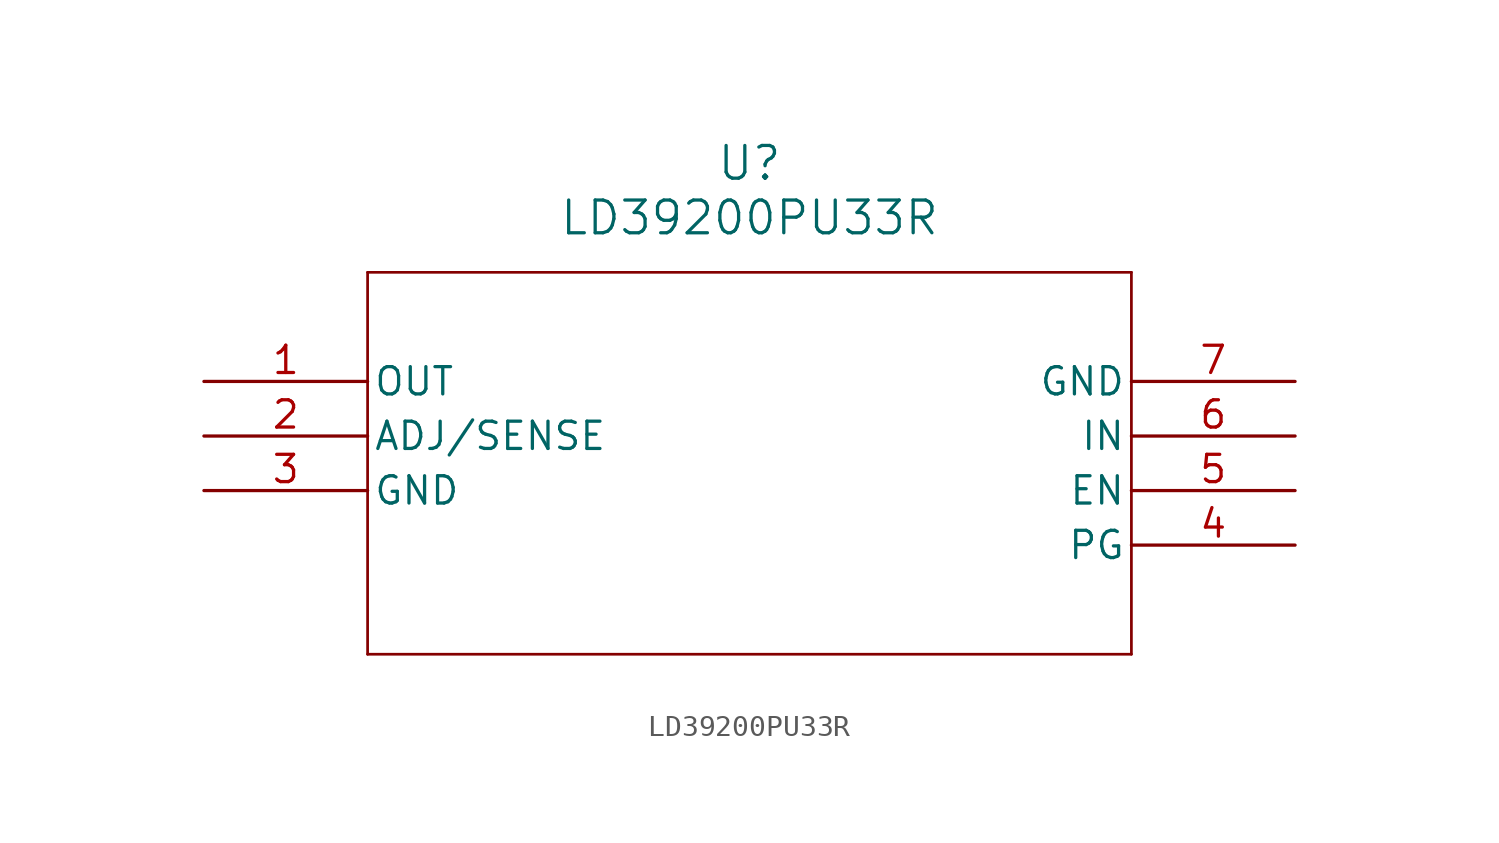
<source format=kicad_sym>
(kicad_symbol_lib
  (version 20211014)
  (generator kicad_symbol_editor)
  (symbol "LD39200PU33R"
    (pin_names
      (offset 0.254))
    (property "Reference" "U"
      (at 25.4 10.16 0)
      (effects (font (size 1.524 1.524))))
    (property "Value" "LD39200PU33R"
      (at 25.4 7.62 0)
      (effects (font (size 1.524 1.524))))
    (symbol "LD39200PU33R_0_1"
      (polyline (pts (xy 7.62 5.08) (xy 7.62 -12.7)) (stroke (width 0.127) (type default) (color 0 0 0 0)) (fill (type none)))
      (polyline (pts (xy 7.62 -12.7) (xy 43.18 -12.7)) (stroke (width 0.127) (type default) (color 0 0 0 0)) (fill (type none)))
      (polyline (pts (xy 43.18 -12.7) (xy 43.18 5.08)) (stroke (width 0.127) (type default) (color 0 0 0 0)) (fill (type none)))
      (polyline (pts (xy 43.18 5.08) (xy 7.62 5.08)) (stroke (width 0.127) (type default) (color 0 0 0 0)) (fill (type none)))
      (pin output line (at 0 0 0) (length 7.62) (name "OUT" (effects (font (size 1.27 1.27)))) (number "1" (effects (font (size 1.27 1.27)))))
      (pin unspecified line (at 0 -2.54 0) (length 7.62) (name "ADJ/SENSE" (effects (font (size 1.27 1.27)))) (number "2" (effects (font (size 1.27 1.27)))))
      (pin power_out line (at 0 -5.08 0) (length 7.62) (name "GND" (effects (font (size 1.27 1.27)))) (number "3" (effects (font (size 1.27 1.27)))))
      (pin unspecified line (at 50.8 -7.62 180) (length 7.62) (name "PG" (effects (font (size 1.27 1.27)))) (number "4" (effects (font (size 1.27 1.27)))))
      (pin unspecified line (at 50.8 -5.08 180) (length 7.62) (name "EN" (effects (font (size 1.27 1.27)))) (number "5" (effects (font (size 1.27 1.27)))))
      (pin power_in line (at 50.8 -2.54 180) (length 7.62) (name "IN" (effects (font (size 1.27 1.27)))) (number "6" (effects (font (size 1.27 1.27)))))
      (pin power_out line (at 50.8 0 180) (length 7.62) (name "GND" (effects (font (size 1.27 1.27)))) (number "7" (effects (font (size 1.27 1.27))))))))
</source>
